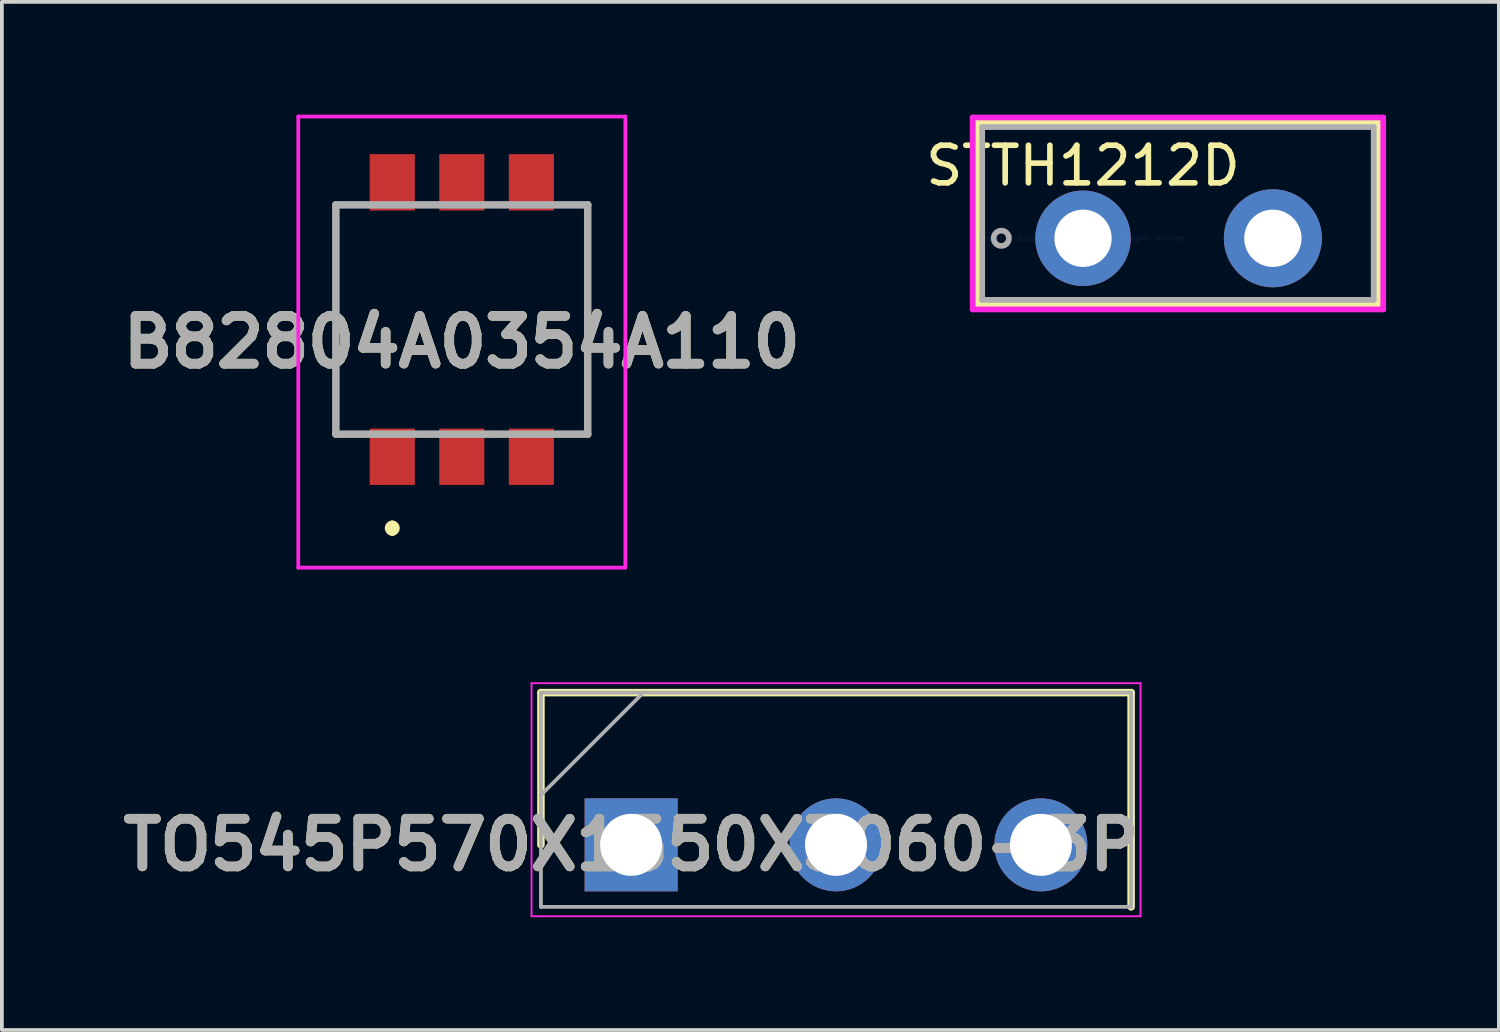
<source format=kicad_pcb>
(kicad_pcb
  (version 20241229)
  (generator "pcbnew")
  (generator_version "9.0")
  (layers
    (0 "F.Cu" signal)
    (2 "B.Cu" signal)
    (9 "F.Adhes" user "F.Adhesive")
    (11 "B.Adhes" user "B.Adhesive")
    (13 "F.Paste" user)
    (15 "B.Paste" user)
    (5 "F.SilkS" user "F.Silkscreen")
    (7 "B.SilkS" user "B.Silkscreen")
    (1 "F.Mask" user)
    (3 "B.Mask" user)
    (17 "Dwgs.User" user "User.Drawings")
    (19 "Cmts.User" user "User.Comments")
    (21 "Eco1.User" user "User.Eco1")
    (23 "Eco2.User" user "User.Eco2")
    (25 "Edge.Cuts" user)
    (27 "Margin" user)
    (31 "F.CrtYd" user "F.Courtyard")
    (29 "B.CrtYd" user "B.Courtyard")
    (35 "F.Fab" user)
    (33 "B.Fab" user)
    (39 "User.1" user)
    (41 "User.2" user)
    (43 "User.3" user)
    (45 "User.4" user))
  (footprint "B82804A0354A110"
    (layer "F.Cu")
    (at 9.235 5.45)
    (property "Reference" "B82804A0354A110" (at 0 0.6 0) (layer "F.SilkS") (effects (font (size 1.27 1.27) (thickness 0.254))))
    (attr smd)
    (fp_line (start -3.35 -3.05) (end -3.35 3.05) (stroke (width 0.1) (type solid)) (layer "F.SilkS"))
    (fp_line (start -1.85 5.5) (end -1.85 5.5) (stroke (width 0.3) (type solid)) (layer "F.SilkS"))
    (fp_line (start -1.85 5.6) (end -1.85 5.6) (stroke (width 0.3) (type solid)) (layer "F.SilkS"))
    (fp_line (start 3.35 -3.05) (end 3.35 3.05) (stroke (width 0.1) (type solid)) (layer "F.SilkS"))
    (fp_arc (start -1.85 5.5) (mid -1.8 5.55) (end -1.85 5.6) (stroke (width 0.3) (type solid)) (layer "F.SilkS"))
    (fp_arc (start -1.85 5.6) (mid -1.9 5.55) (end -1.85 5.5) (stroke (width 0.3) (type solid)) (layer "F.SilkS"))
    (fp_line (start -4.35 -5.4) (end 4.35 -5.4) (stroke (width 0.1) (type solid)) (layer "F.CrtYd"))
    (fp_line (start -4.35 6.6) (end -4.35 -5.4) (stroke (width 0.1) (type solid)) (layer "F.CrtYd"))
    (fp_line (start 4.35 -5.4) (end 4.35 6.6) (stroke (width 0.1) (type solid)) (layer "F.CrtYd"))
    (fp_line (start 4.35 6.6) (end -4.35 6.6) (stroke (width 0.1) (type solid)) (layer "F.CrtYd"))
    (fp_line (start -3.35 -3.05) (end 3.35 -3.05) (stroke (width 0.2) (type solid)) (layer "F.Fab"))
    (fp_line (start -3.35 3.05) (end -3.35 -3.05) (stroke (width 0.2) (type solid)) (layer "F.Fab"))
    (fp_line (start 3.35 -3.05) (end 3.35 3.05) (stroke (width 0.2) (type solid)) (layer "F.Fab"))
    (fp_line (start 3.35 3.05) (end -3.35 3.05) (stroke (width 0.2) (type solid)) (layer "F.Fab"))
    (fp_text user "${REFERENCE}" (at 0 0.6 0) (layer "F.Fab") (effects (font (size 1.27 1.27) (thickness 0.254))))
    (pad "1" smd rect (at -1.85 3.65) (size 1.2 1.5) (layers "F.Cu" "F.Mask" "F.Paste"))
    (pad "2" smd rect (at 0 3.65) (size 1.2 1.5) (layers "F.Cu" "F.Mask" "F.Paste"))
    (pad "3" smd rect (at 1.85 3.65) (size 1.2 1.5) (layers "F.Cu" "F.Mask" "F.Paste"))
    (pad "4" smd rect (at 1.85 -3.65) (size 1.2 1.5) (layers "F.Cu" "F.Mask" "F.Paste"))
    (pad "5" smd rect (at 0 -3.65) (size 1.2 1.5) (layers "F.Cu" "F.Mask" "F.Paste"))
    (pad "6" smd rect (at -1.85 -3.65) (size 1.2 1.5) (layers "F.Cu" "F.Mask" "F.Paste")))
  (footprint "STTH1212D"
    (layer "F.Cu")
    (at 25.761 3.289)
    (property "Reference" "STTH1212D" (at 0 -1.93 0) (layer "F.SilkS") (effects (font (size 1 1) (thickness 0.15))))
    (attr through_hole)
    (fp_line (start -2.809 -3.086) (end -2.809 1.765) (stroke (width 0.152) (type solid)) (layer "F.SilkS"))
    (fp_line (start -2.809 1.765) (end 7.859 1.765) (stroke (width 0.152) (type solid)) (layer "F.SilkS"))
    (fp_line (start 7.859 -3.086) (end -2.809 -3.086) (stroke (width 0.152) (type solid)) (layer "F.SilkS"))
    (fp_line (start 7.859 1.765) (end 7.859 -3.086) (stroke (width 0.152) (type solid)) (layer "F.SilkS"))
    (fp_line (start -2.936 -3.213) (end 7.986 -3.213) (stroke (width 0.152) (type solid)) (layer "F.CrtYd"))
    (fp_line (start -2.936 1.892) (end -2.936 -3.213) (stroke (width 0.152) (type solid)) (layer "F.CrtYd"))
    (fp_line (start 7.986 -3.213) (end 7.986 1.892) (stroke (width 0.152) (type solid)) (layer "F.CrtYd"))
    (fp_line (start 7.986 1.892) (end -2.936 1.892) (stroke (width 0.152) (type solid)) (layer "F.CrtYd"))
    (fp_line (start -2.682 -2.959) (end -2.682 1.638) (stroke (width 0.152) (type solid)) (layer "F.Fab"))
    (fp_line (start -2.682 1.638) (end 7.732 1.638) (stroke (width 0.152) (type solid)) (layer "F.Fab"))
    (fp_line (start -0.254 0) (end 0.254 0) (stroke (width 0.152) (type solid)) (layer "F.Fab"))
    (fp_line (start 0 0.254) (end 0 -0.254) (stroke (width 0.152) (type solid)) (layer "F.Fab"))
    (fp_line (start 7.732 -2.959) (end -2.682 -2.959) (stroke (width 0.152) (type solid)) (layer "F.Fab"))
    (fp_line (start 7.732 1.638) (end 7.732 -2.959) (stroke (width 0.152) (type solid)) (layer "F.Fab"))
    (fp_circle (center -2.174 0) (end -1.971 0) (stroke (width 0.152) (type solid)) (fill no) (layer "F.Fab"))
    (fp_text user "Copyright 2016 Accelerated Designs. All rights reserved." (at 0 0 0) (layer "Cmts.User") (effects (font (size 0.127 0.127) (thickness 0.002))))
    (pad "1" thru_hole circle (at 0 0) (size 2.54 2.54) (drill 1.524) (layers "*.Cu" "*.Mask"))
    (pad "2" thru_hole circle (at 5.05 0) (size 2.608 2.608) (drill 1.524) (layers "*.Cu" "*.Mask")))
  (footprint "TO545P570X1550X3060-3P"
    (layer "F.Cu")
    (at 13.74 19.425)
    (property "Reference" "TO545P570X1550X3060-3P" (at 0 0 0) (layer "F.SilkS") (effects (font (size 1.27 1.27) (thickness 0.254))))
    (attr through_hole)
    (fp_line (start -2.4 -4.05) (end -2.4 0) (stroke (width 0.2) (type solid)) (layer "F.SilkS"))
    (fp_line (start 13.3 -4.05) (end -2.4 -4.05) (stroke (width 0.2) (type solid)) (layer "F.SilkS"))
    (fp_line (start 13.3 1.65) (end 13.3 -4.05) (stroke (width 0.2) (type solid)) (layer "F.SilkS"))
    (fp_line (start -2.65 -4.3) (end 13.55 -4.3) (stroke (width 0.05) (type solid)) (layer "F.CrtYd"))
    (fp_line (start -2.65 1.9) (end -2.65 -4.3) (stroke (width 0.05) (type solid)) (layer "F.CrtYd"))
    (fp_line (start 13.55 -4.3) (end 13.55 1.9) (stroke (width 0.05) (type solid)) (layer "F.CrtYd"))
    (fp_line (start 13.55 1.9) (end -2.65 1.9) (stroke (width 0.05) (type solid)) (layer "F.CrtYd"))
    (fp_line (start -2.4 -4.05) (end 13.3 -4.05) (stroke (width 0.1) (type solid)) (layer "F.Fab"))
    (fp_line (start -2.4 -1.325) (end 0.325 -4.05) (stroke (width 0.1) (type solid)) (layer "F.Fab"))
    (fp_line (start -2.4 1.65) (end -2.4 -4.05) (stroke (width 0.1) (type solid)) (layer "F.Fab"))
    (fp_line (start 13.3 -4.05) (end 13.3 1.65) (stroke (width 0.1) (type solid)) (layer "F.Fab"))
    (fp_line (start 13.3 1.65) (end -2.4 1.65) (stroke (width 0.1) (type solid)) (layer "F.Fab"))
    (fp_text user "${REFERENCE}" (at 0 0 0) (layer "F.Fab") (effects (font (size 1.27 1.27) (thickness 0.254))))
    (pad "1" thru_hole rect (at 0 0) (size 2.475 2.475) (drill 1.65) (layers "*.Cu" "*.Mask"))
    (pad "2" thru_hole circle (at 5.45 0) (size 2.475 2.475) (drill 1.65) (layers "*.Cu" "*.Mask"))
    (pad "3" thru_hole circle (at 10.9 0) (size 2.475 2.475) (drill 1.65) (layers "*.Cu" "*.Mask")))
  (gr_rect
    (start -3 -3)
    (end 36.823 24.35)
    (stroke (width 0.1) (type default))
    (fill no)
    (layer "Edge.Cuts")))
</source>
